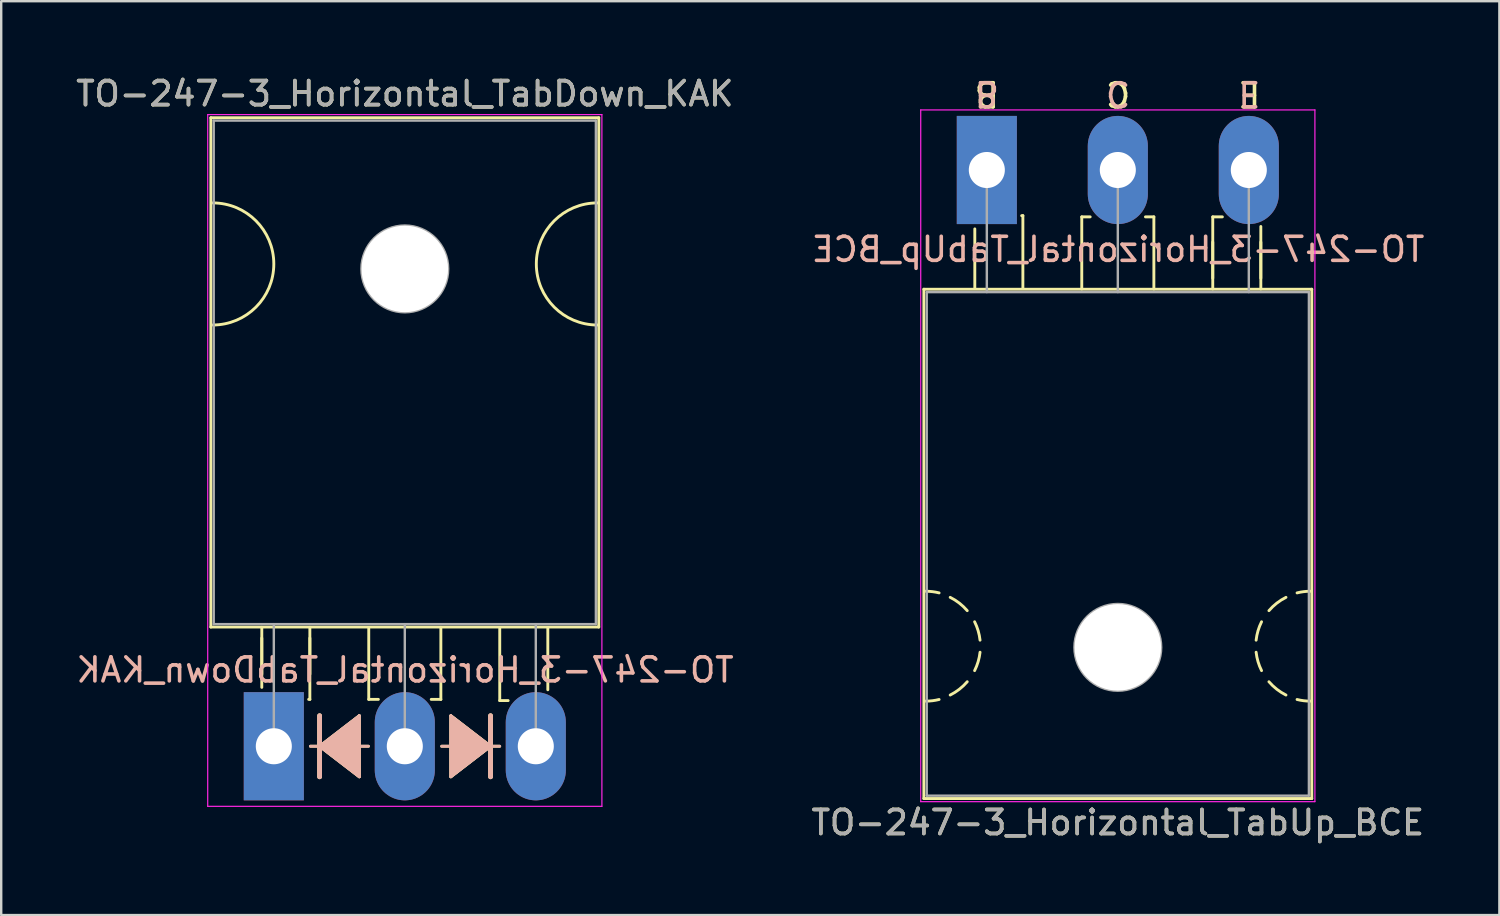
<source format=kicad_pcb>
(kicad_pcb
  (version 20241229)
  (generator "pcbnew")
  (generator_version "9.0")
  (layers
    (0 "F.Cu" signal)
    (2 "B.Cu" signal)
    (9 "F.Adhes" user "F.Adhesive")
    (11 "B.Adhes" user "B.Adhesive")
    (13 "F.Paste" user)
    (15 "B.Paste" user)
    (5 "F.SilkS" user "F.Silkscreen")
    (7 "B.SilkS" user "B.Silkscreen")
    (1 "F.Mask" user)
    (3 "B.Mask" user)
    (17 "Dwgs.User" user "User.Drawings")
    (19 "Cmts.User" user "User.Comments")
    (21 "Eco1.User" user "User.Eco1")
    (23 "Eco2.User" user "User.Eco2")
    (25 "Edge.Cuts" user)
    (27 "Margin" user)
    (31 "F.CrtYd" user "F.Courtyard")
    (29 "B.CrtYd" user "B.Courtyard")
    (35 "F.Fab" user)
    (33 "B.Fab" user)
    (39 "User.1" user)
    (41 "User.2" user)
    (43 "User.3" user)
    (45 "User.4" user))
  (footprint "TO-247-3_Horizontal_TabDown_KAK"
    (layer "F.Cu")
    (at 8.342 27.998)
    (property "Reference" "TO-247-3_Horizontal_TabDown_KAK" (at 5.45 -27.15 0) (layer "F.SilkS") (effects (font (size 1 1) (thickness 0.15))))
    (fp_line (start -2.62 -26.15) (end -2.62 -4.96) (stroke (width 0.12) (type solid)) (layer "F.SilkS"))
    (fp_line (start -2.62 -26.15) (end 13.52 -26.15) (stroke (width 0.12) (type solid)) (layer "F.SilkS"))
    (fp_line (start -2.62 -4.96) (end 13.52 -4.96) (stroke (width 0.12) (type solid)) (layer "F.SilkS"))
    (fp_line (start -0.5 -4.95) (end -0.5 -2.45) (stroke (width 0.12) (type solid)) (layer "F.SilkS"))
    (fp_line (start -0.5 -4.5) (end -0.5 -3) (stroke (width 0.12) (type solid)) (layer "F.SilkS"))
    (fp_line (start 1.5 -4.95) (end 1.5 -1.95) (stroke (width 0.12) (type solid)) (layer "F.SilkS"))
    (fp_line (start 1.5 -4.5) (end 1.5 -3) (stroke (width 0.12) (type solid)) (layer "F.SilkS"))
    (fp_line (start 1.5 -1.95) (end 1.45 -1.95) (stroke (width 0.12) (type solid)) (layer "F.SilkS"))
    (fp_line (start 1.524 0) (end 1.905 0) (stroke (width 0.12) (type solid)) (layer "F.SilkS"))
    (fp_line (start 1.905 -1.27) (end 1.905 0) (stroke (width 0.2) (type solid)) (layer "F.SilkS"))
    (fp_line (start 1.905 0) (end 1.905 1.27) (stroke (width 0.2) (type solid)) (layer "F.SilkS"))
    (fp_line (start 1.905 0) (end 3.556 1.27) (stroke (width 0.12) (type solid)) (layer "F.SilkS"))
    (fp_line (start 3.556 -1.27) (end 1.905 0) (stroke (width 0.12) (type solid)) (layer "F.SilkS"))
    (fp_line (start 3.556 1.27) (end 3.556 -1.27) (stroke (width 0.12) (type solid)) (layer "F.SilkS"))
    (fp_line (start 3.937 0) (end 3.556 0) (stroke (width 0.12) (type solid)) (layer "F.SilkS"))
    (fp_line (start 3.95 -4.9) (end 3.95 -1.95) (stroke (width 0.12) (type solid)) (layer "F.SilkS"))
    (fp_line (start 3.95 -1.95) (end 4.35 -1.95) (stroke (width 0.12) (type solid)) (layer "F.SilkS"))
    (fp_line (start 6.95 -4.95) (end 6.95 -1.95) (stroke (width 0.12) (type solid)) (layer "F.SilkS"))
    (fp_line (start 6.95 -1.95) (end 6.55 -1.95) (stroke (width 0.12) (type solid)) (layer "F.SilkS"))
    (fp_line (start 6.985 0) (end 7.366 0) (stroke (width 0.12) (type solid)) (layer "F.SilkS"))
    (fp_line (start 7.366 -1.27) (end 7.366 1.27) (stroke (width 0.12) (type solid)) (layer "F.SilkS"))
    (fp_line (start 7.366 1.27) (end 9.017 0) (stroke (width 0.12) (type solid)) (layer "F.SilkS"))
    (fp_line (start 9.017 0) (end 7.366 -1.27) (stroke (width 0.12) (type solid)) (layer "F.SilkS"))
    (fp_line (start 9.017 0) (end 9.017 -1.27) (stroke (width 0.2) (type solid)) (layer "F.SilkS"))
    (fp_line (start 9.017 1.27) (end 9.017 0) (stroke (width 0.2) (type solid)) (layer "F.SilkS"))
    (fp_line (start 9.398 0) (end 9.017 0) (stroke (width 0.12) (type solid)) (layer "F.SilkS"))
    (fp_line (start 9.4 -4.9) (end 9.4 -1.9) (stroke (width 0.12) (type solid)) (layer "F.SilkS"))
    (fp_line (start 9.4 -1.9) (end 9.75 -1.9) (stroke (width 0.12) (type solid)) (layer "F.SilkS"))
    (fp_line (start 11.4 -4.9) (end 11.4 -2.35) (stroke (width 0.12) (type solid)) (layer "F.SilkS"))
    (fp_line (start 13.52 -26.15) (end 13.52 -4.96) (stroke (width 0.12) (type solid)) (layer "F.SilkS"))
    (fp_arc (start -2.54 -22.606) (mid 0 -20.066) (end -2.54 -17.526) (stroke (width 0.12) (type solid)) (layer "F.SilkS"))
    (fp_arc (start 13.462 -17.526) (mid 10.922 -20.066) (end 13.462 -22.606) (stroke (width 0.12) (type solid)) (layer "F.SilkS"))
    (fp_poly (pts (xy 3.556 1.27) (xy 1.905 0) (xy 3.556 -1.27)) (stroke (width 0.1) (type solid)) (fill yes) (layer "F.SilkS"))
    (fp_poly (pts (xy 9.017 0) (xy 7.366 1.27) (xy 7.366 -1.27)) (stroke (width 0.1) (type solid)) (fill yes) (layer "F.SilkS"))
    (fp_line (start 1.524 0) (end 1.905 0) (stroke (width 0.12) (type solid)) (layer "B.SilkS"))
    (fp_line (start 1.905 0) (end 1.905 -1.27) (stroke (width 0.2) (type solid)) (layer "B.SilkS"))
    (fp_line (start 1.905 0) (end 3.556 -1.27) (stroke (width 0.12) (type solid)) (layer "B.SilkS"))
    (fp_line (start 1.905 1.27) (end 1.905 0) (stroke (width 0.2) (type solid)) (layer "B.SilkS"))
    (fp_line (start 3.556 -1.27) (end 3.556 1.27) (stroke (width 0.12) (type solid)) (layer "B.SilkS"))
    (fp_line (start 3.556 1.27) (end 1.905 0) (stroke (width 0.12) (type solid)) (layer "B.SilkS"))
    (fp_line (start 3.937 0) (end 3.556 0) (stroke (width 0.12) (type solid)) (layer "B.SilkS"))
    (fp_line (start 6.985 0) (end 7.366 0) (stroke (width 0.12) (type solid)) (layer "B.SilkS"))
    (fp_line (start 7.366 -1.27) (end 9.017 0) (stroke (width 0.12) (type solid)) (layer "B.SilkS"))
    (fp_line (start 7.366 1.27) (end 7.366 -1.27) (stroke (width 0.12) (type solid)) (layer "B.SilkS"))
    (fp_line (start 9.017 -1.27) (end 9.017 0) (stroke (width 0.2) (type solid)) (layer "B.SilkS"))
    (fp_line (start 9.017 0) (end 7.366 1.27) (stroke (width 0.12) (type solid)) (layer "B.SilkS"))
    (fp_line (start 9.017 0) (end 9.017 1.27) (stroke (width 0.2) (type solid)) (layer "B.SilkS"))
    (fp_line (start 9.398 0) (end 9.017 0) (stroke (width 0.12) (type solid)) (layer "B.SilkS"))
    (fp_poly (pts (xy 3.556 -1.27) (xy 1.905 0) (xy 3.556 1.27)) (stroke (width 0.1) (type solid)) (fill yes) (layer "B.SilkS"))
    (fp_poly (pts (xy 7.366 1.27) (xy 9.017 0) (xy 7.366 -1.27)) (stroke (width 0.1) (type solid)) (fill yes) (layer "B.SilkS"))
    (fp_line (start -2.75 -26.28) (end -2.75 2.5) (stroke (width 0.05) (type solid)) (layer "F.CrtYd"))
    (fp_line (start -2.75 2.5) (end 13.65 2.5) (stroke (width 0.05) (type solid)) (layer "F.CrtYd"))
    (fp_line (start 13.65 -26.28) (end -2.75 -26.28) (stroke (width 0.05) (type solid)) (layer "F.CrtYd"))
    (fp_line (start 13.65 2.5) (end 13.65 -26.28) (stroke (width 0.05) (type solid)) (layer "F.CrtYd"))
    (fp_line (start -2.5 -26.03) (end 13.4 -26.03) (stroke (width 0.1) (type solid)) (layer "F.Fab"))
    (fp_line (start -2.5 -5.08) (end -2.5 -26.03) (stroke (width 0.1) (type solid)) (layer "F.Fab"))
    (fp_line (start 0 -5.08) (end 0 0) (stroke (width 0.1) (type solid)) (layer "F.Fab"))
    (fp_line (start 5.45 -5.08) (end 5.45 0) (stroke (width 0.1) (type solid)) (layer "F.Fab"))
    (fp_line (start 10.9 -5.08) (end 10.9 0) (stroke (width 0.1) (type solid)) (layer "F.Fab"))
    (fp_line (start 13.4 -26.03) (end 13.4 -5.08) (stroke (width 0.1) (type solid)) (layer "F.Fab"))
    (fp_line (start 13.4 -5.08) (end -2.5 -5.08) (stroke (width 0.1) (type solid)) (layer "F.Fab"))
    (fp_circle (center 5.45 -19.86) (end 7.255 -19.86) (stroke (width 0.1) (type solid)) (fill no) (layer "F.Fab"))
    (fp_text user "${REFERENCE}" (at 5.461 -3.175 0) (layer "B.SilkS") (effects (font (size 1 1) (thickness 0.15)) (justify mirror)))
    (fp_text user "${REFERENCE}" (at 5.45 -27.15 0) (layer "F.Fab") (effects (font (size 1 1) (thickness 0.15))))
    (pad "" np_thru_hole oval (at 5.45 -19.86) (size 3.6 3.6) (drill 3.6) (layers "*.Cu" "*.Mask"))
    (pad "1" thru_hole rect (at 0 0) (size 2.5 4.5) (drill 1.5) (layers "*.Cu" "*.Mask"))
    (pad "2" thru_hole oval (at 5.45 0) (size 2.5 4.5) (drill 1.5) (layers "*.Cu" "*.Mask"))
    (pad "3" thru_hole oval (at 10.9 0) (size 2.5 4.5) (drill 1.5) (layers "*.Cu" "*.Mask")))
  (footprint "TO-247-3_Horizontal_TabUp_BCE"
    (layer "F.Cu")
    (at 38.007 4.023)
    (property "Reference" "TO-247-3_Horizontal_TabUp_BCE" (at 5.45 27.15 0) (layer "F.SilkS") (effects (font (size 1 1) (thickness 0.15))))
    (fp_line (start -2.62 4.96) (end -2.62 26.15) (stroke (width 0.12) (type solid)) (layer "F.SilkS"))
    (fp_line (start -2.62 4.96) (end 13.52 4.96) (stroke (width 0.12) (type solid)) (layer "F.SilkS"))
    (fp_line (start -2.62 26.15) (end 13.52 26.15) (stroke (width 0.12) (type solid)) (layer "F.SilkS"))
    (fp_line (start -0.5 4.9) (end -0.5 2.45) (stroke (width 0.12) (type solid)) (layer "F.SilkS"))
    (fp_line (start 1.5 1.9) (end 1.45 1.9) (stroke (width 0.12) (type solid)) (layer "F.SilkS"))
    (fp_line (start 1.5 4.9) (end 1.5 1.9) (stroke (width 0.12) (type solid)) (layer "F.SilkS"))
    (fp_line (start 3.95 1.95) (end 4.3 1.95) (stroke (width 0.12) (type solid)) (layer "F.SilkS"))
    (fp_line (start 3.95 4.95) (end 3.95 1.95) (stroke (width 0.12) (type solid)) (layer "F.SilkS"))
    (fp_line (start 6.95 1.95) (end 6.6 1.95) (stroke (width 0.12) (type solid)) (layer "F.SilkS"))
    (fp_line (start 6.95 4.95) (end 6.95 1.95) (stroke (width 0.12) (type solid)) (layer "F.SilkS"))
    (fp_line (start 9.4 1.95) (end 9.8 1.95) (stroke (width 0.12) (type solid)) (layer "F.SilkS"))
    (fp_line (start 9.4 4.5) (end 9.4 3) (stroke (width 0.12) (type solid)) (layer "F.SilkS"))
    (fp_line (start 9.4 4.95) (end 9.4 1.95) (stroke (width 0.12) (type solid)) (layer "F.SilkS"))
    (fp_line (start 11.4 4.5) (end 11.4 3) (stroke (width 0.12) (type solid)) (layer "F.SilkS"))
    (fp_line (start 11.4 4.95) (end 11.4 2.35) (stroke (width 0.12) (type solid)) (layer "F.SilkS"))
    (fp_line (start 13.52 4.96) (end 13.52 26.15) (stroke (width 0.12) (type solid)) (layer "F.SilkS"))
    (fp_arc (start -2.54 17.526) (mid -2.260689 17.543128) (end -1.985564 17.594254) (stroke (width 0.12) (type solid)) (layer "F.SilkS"))
    (fp_arc (start -1.985564 22.029746) (mid -2.260689 22.080872) (end -2.54 22.098) (stroke (width 0.12) (type solid)) (layer "F.SilkS"))
    (fp_arc (start -1.524001 17.780001) (mid -1.14188 18.02132) (end -0.815088 18.333504) (stroke (width 0.12) (type solid)) (layer "F.SilkS"))
    (fp_arc (start -0.815087 21.290497) (mid -1.141879 21.60268) (end -1.524 21.844) (stroke (width 0.12) (type solid)) (layer "F.SilkS"))
    (fp_arc (start -0.508001 18.796001) (mid -0.361178 19.168563) (end -0.282051 19.561117) (stroke (width 0.12) (type solid)) (layer "F.SilkS"))
    (fp_arc (start -0.282051 20.062883) (mid -0.361178 20.455437) (end -0.508001 20.827999) (stroke (width 0.12) (type solid)) (layer "F.SilkS"))
    (fp_arc (start 11.204051 19.561117) (mid 11.283178 19.168563) (end 11.430001 18.796001) (stroke (width 0.12) (type solid)) (layer "F.SilkS"))
    (fp_arc (start 11.430001 20.827999) (mid 11.283178 20.455437) (end 11.204051 20.062883) (stroke (width 0.12) (type solid)) (layer "F.SilkS"))
    (fp_arc (start 11.737087 18.333503) (mid 12.063879 18.02132) (end 12.446 17.78) (stroke (width 0.12) (type solid)) (layer "F.SilkS"))
    (fp_arc (start 12.446001 21.843999) (mid 12.06388 21.60268) (end 11.737088 21.290496) (stroke (width 0.12) (type solid)) (layer "F.SilkS"))
    (fp_arc (start 12.907564 17.594254) (mid 13.182689 17.543128) (end 13.462 17.526) (stroke (width 0.12) (type solid)) (layer "F.SilkS"))
    (fp_arc (start 13.462 22.098) (mid 13.182689 22.080872) (end 12.907564 22.029746) (stroke (width 0.12) (type solid)) (layer "F.SilkS"))
    (fp_line (start -2.75 -2.5) (end -2.75 26.28) (stroke (width 0.05) (type solid)) (layer "F.CrtYd"))
    (fp_line (start -2.75 26.28) (end 13.65 26.28) (stroke (width 0.05) (type solid)) (layer "F.CrtYd"))
    (fp_line (start 13.65 -2.5) (end -2.75 -2.5) (stroke (width 0.05) (type solid)) (layer "F.CrtYd"))
    (fp_line (start 13.65 26.28) (end 13.65 -2.5) (stroke (width 0.05) (type solid)) (layer "F.CrtYd"))
    (fp_line (start -2.5 5.08) (end -2.5 26.03) (stroke (width 0.1) (type solid)) (layer "F.Fab"))
    (fp_line (start -2.5 26.03) (end 13.4 26.03) (stroke (width 0.1) (type solid)) (layer "F.Fab"))
    (fp_line (start 0 5.08) (end 0 0) (stroke (width 0.1) (type solid)) (layer "F.Fab"))
    (fp_line (start 5.45 5.08) (end 5.45 0) (stroke (width 0.1) (type solid)) (layer "F.Fab"))
    (fp_line (start 10.9 5.08) (end 10.9 0) (stroke (width 0.1) (type solid)) (layer "F.Fab"))
    (fp_line (start 13.4 5.08) (end -2.5 5.08) (stroke (width 0.1) (type solid)) (layer "F.Fab"))
    (fp_line (start 13.4 26.03) (end 13.4 5.08) (stroke (width 0.1) (type solid)) (layer "F.Fab"))
    (fp_circle (center 5.45 19.86) (end 7.255 19.86) (stroke (width 0.1) (type solid)) (fill no) (layer "F.Fab"))
    (fp_text user "B" (at 0 -3.175 180) (unlocked yes) (layer "F.SilkS") (effects (font (size 1 1) (thickness 0.15))))
    (fp_text user "C" (at 5.461 -3.175 180) (unlocked yes) (layer "F.SilkS") (effects (font (size 1 1) (thickness 0.15))))
    (fp_text user "E" (at 10.922 -3.175 180) (unlocked yes) (layer "F.SilkS") (effects (font (size 1 1) (thickness 0.15))))
    (fp_text user "C" (at 5.461 -3.175 180) (unlocked yes) (layer "B.SilkS") (effects (font (size 1 1) (thickness 0.15)) (justify mirror)))
    (fp_text user "${REFERENCE}" (at 5.461 3.302 0) (layer "B.SilkS") (effects (font (size 1 1) (thickness 0.15)) (justify mirror)))
    (fp_text user "B" (at 0 -3.175 180) (unlocked yes) (layer "B.SilkS") (effects (font (size 1 1) (thickness 0.15)) (justify mirror)))
    (fp_text user "E" (at 10.922 -3.175 180) (unlocked yes) (layer "B.SilkS") (effects (font (size 1 1) (thickness 0.15)) (justify mirror)))
    (fp_text user "${REFERENCE}" (at 5.45 27.15 0) (layer "F.Fab") (effects (font (size 1 1) (thickness 0.15))))
    (pad "" np_thru_hole oval (at 5.45 19.86) (size 3.6 3.6) (drill 3.6) (layers "*.Cu" "*.Mask"))
    (pad "1" thru_hole rect (at 0 0) (size 2.5 4.5) (drill 1.5) (layers "*.Cu" "*.Mask"))
    (pad "2" thru_hole oval (at 5.45 0) (size 2.5 4.5) (drill 1.5) (layers "*.Cu" "*.Mask"))
    (pad "3" thru_hole oval (at 10.9 0) (size 2.5 4.5) (drill 1.5) (layers "*.Cu" "*.Mask")))
  (gr_rect
    (start -3 -3)
    (end 59.332 35.022)
    (stroke (width 0.1) (type default))
    (fill no)
    (layer "Edge.Cuts")))
</source>
